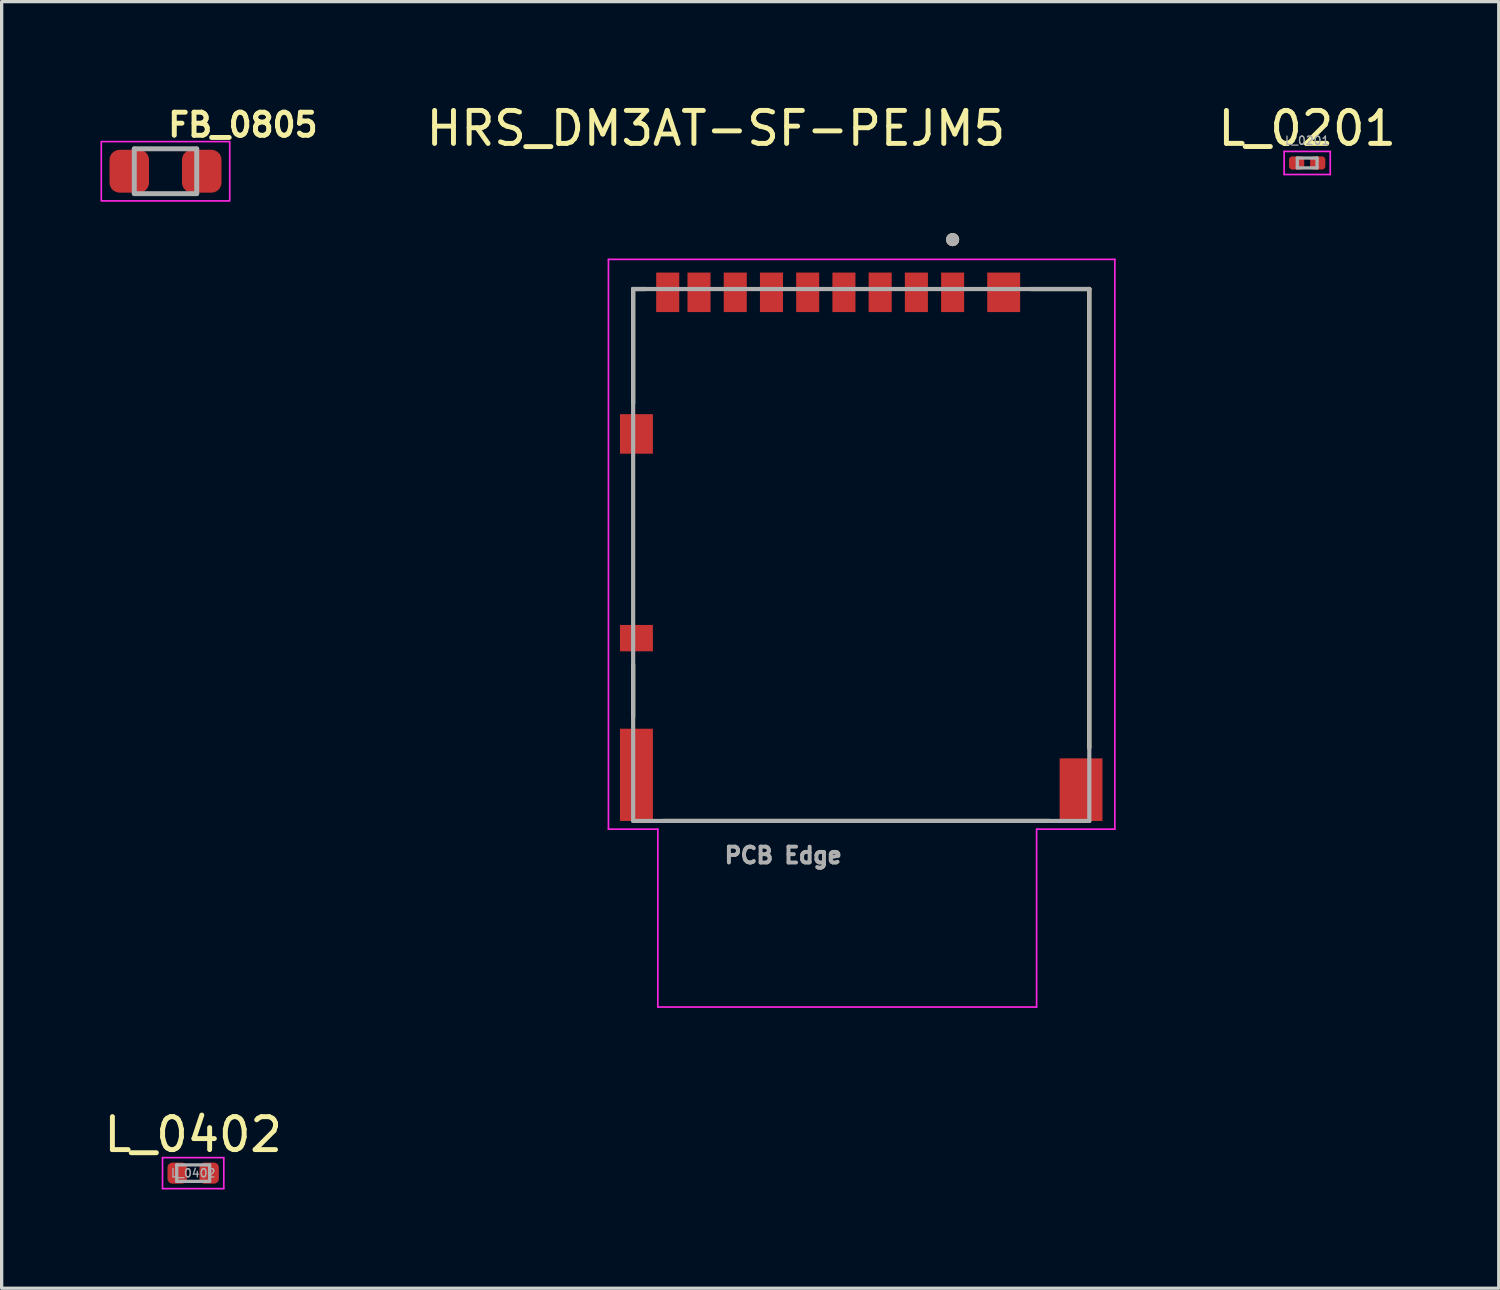
<source format=kicad_pcb>
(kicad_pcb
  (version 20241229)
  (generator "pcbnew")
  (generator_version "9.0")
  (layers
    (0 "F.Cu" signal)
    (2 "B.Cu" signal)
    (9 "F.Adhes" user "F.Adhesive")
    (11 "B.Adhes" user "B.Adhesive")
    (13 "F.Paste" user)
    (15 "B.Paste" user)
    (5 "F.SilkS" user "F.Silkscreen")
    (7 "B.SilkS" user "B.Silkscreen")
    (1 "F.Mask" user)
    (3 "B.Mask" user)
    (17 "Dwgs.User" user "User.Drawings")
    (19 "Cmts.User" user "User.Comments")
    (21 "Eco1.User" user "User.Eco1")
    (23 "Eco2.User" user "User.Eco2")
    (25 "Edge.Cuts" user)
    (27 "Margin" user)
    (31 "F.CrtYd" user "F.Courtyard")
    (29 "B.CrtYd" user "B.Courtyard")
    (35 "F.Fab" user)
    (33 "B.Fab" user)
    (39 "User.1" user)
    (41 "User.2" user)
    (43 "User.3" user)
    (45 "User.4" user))
  (footprint "L_0402"
    (layer "F.Cu")
    (at 2.815 32.568)
    (property "Reference" "L_0402" (at 0 -1.17 0) (layer "F.SilkS") (effects (font (size 1 1) (thickness 0.15))))
    (attr smd)
    (fp_line (start -0.93 -0.47) (end 0.93 -0.47) (stroke (width 0.05) (type solid)) (layer "F.CrtYd"))
    (fp_line (start -0.93 0.47) (end -0.93 -0.47) (stroke (width 0.05) (type solid)) (layer "F.CrtYd"))
    (fp_line (start 0.93 -0.47) (end 0.93 0.47) (stroke (width 0.05) (type solid)) (layer "F.CrtYd"))
    (fp_line (start 0.93 0.47) (end -0.93 0.47) (stroke (width 0.05) (type solid)) (layer "F.CrtYd"))
    (fp_line (start -0.5 -0.25) (end 0.5 -0.25) (stroke (width 0.1) (type solid)) (layer "F.Fab"))
    (fp_line (start -0.5 0.25) (end -0.5 -0.25) (stroke (width 0.1) (type solid)) (layer "F.Fab"))
    (fp_line (start 0.5 -0.25) (end 0.5 0.25) (stroke (width 0.1) (type solid)) (layer "F.Fab"))
    (fp_line (start 0.5 0.25) (end -0.5 0.25) (stroke (width 0.1) (type solid)) (layer "F.Fab"))
    (fp_text user "${REFERENCE}" (at 0 0 0) (layer "F.Fab") (effects (font (size 0.25 0.25) (thickness 0.04))))
    (pad "1" smd roundrect (at -0.485 0) (size 0.59 0.64) (layers "F.Cu" "F.Mask" "F.Paste") (roundrect_rratio 0.25))
    (pad "2" smd roundrect (at 0.485 0) (size 0.59 0.64) (layers "F.Cu" "F.Mask" "F.Paste") (roundrect_rratio 0.25)))
  (footprint "FB_0805"
    (layer "F.Cu")
    (at 1.975 2.149)
    (property "Reference" "FB_0805" (at 0.001 -0.999 0) (layer "F.SilkS") (effects (font (size 0.7 0.7) (thickness 0.15)) (justify left bottom)))
    (attr smd)
    (fp_rect (start 1.95 -0.9) (end -1.95 0.9) (stroke (width 0.05) (type default)) (fill no) (layer "F.CrtYd"))
    (fp_line (start -0.948 -0.681) (end 0.948 -0.681) (stroke (width 0.15) (type solid)) (layer "F.Fab"))
    (fp_line (start -0.948 -0.676) (end -0.948 0.676) (stroke (width 0.15) (type solid)) (layer "F.Fab"))
    (fp_line (start -0.948 0.681) (end 0.948 0.681) (stroke (width 0.15) (type solid)) (layer "F.Fab"))
    (fp_line (start 0.948 -0.676) (end 0.948 0.676) (stroke (width 0.15) (type solid)) (layer "F.Fab"))
    (fp_rect (start -0.999 -0.656) (end 0.999 0.656) (stroke (width 0.1) (type solid)) (fill no) (layer "User.5"))
    (fp_line (start -0.999 -0.656) (end -0.999 0.656) (stroke (width 0.02) (type solid)) (layer "User.9"))
    (fp_line (start -0.499 -0.656) (end -0.999 -0.656) (stroke (width 0.02) (type solid)) (layer "User.9"))
    (fp_line (start -0.499 -0.656) (end -0.499 0.656) (stroke (width 0.02) (type solid)) (layer "User.9"))
    (fp_line (start -0.499 -0.624) (end 0.499 -0.624) (stroke (width 0.02) (type solid)) (layer "User.9"))
    (fp_line (start -0.499 0.656) (end -0.999 0.656) (stroke (width 0.02) (type solid)) (layer "User.9"))
    (fp_line (start 0.499 -0.656) (end 0.499 0.656) (stroke (width 0.02) (type solid)) (layer "User.9"))
    (fp_line (start 0.499 0.624) (end -0.499 0.624) (stroke (width 0.02) (type solid)) (layer "User.9"))
    (fp_line (start 0.999 -0.656) (end 0.499 -0.656) (stroke (width 0.02) (type solid)) (layer "User.9"))
    (fp_line (start 0.999 -0.656) (end 0.999 0.656) (stroke (width 0.02) (type solid)) (layer "User.9"))
    (fp_line (start 0.999 0.656) (end 0.499 0.656) (stroke (width 0.02) (type solid)) (layer "User.9"))
    (pad "1" smd roundrect (at -1.1 0) (size 1.2 1.3) (layers "F.Cu" "F.Mask" "F.Paste") (roundrect_rratio 0.25))
    (pad "2" smd roundrect (at 1.1 0) (size 1.2 1.3) (layers "F.Cu" "F.Mask" "F.Paste") (roundrect_rratio 0.25)))
  (footprint "L_0201"
    (layer "F.Cu")
    (at 36.638 1.898)
    (property "Reference" "L_0201" (at 0 -1.05 0) (layer "F.SilkS") (effects (font (size 1 1) (thickness 0.15))))
    (attr smd)
    (fp_line (start -0.7 -0.35) (end 0.7 -0.35) (stroke (width 0.05) (type solid)) (layer "F.CrtYd"))
    (fp_line (start -0.7 0.35) (end -0.7 -0.35) (stroke (width 0.05) (type solid)) (layer "F.CrtYd"))
    (fp_line (start 0.7 -0.35) (end 0.7 0.35) (stroke (width 0.05) (type solid)) (layer "F.CrtYd"))
    (fp_line (start 0.7 0.35) (end -0.7 0.35) (stroke (width 0.05) (type solid)) (layer "F.CrtYd"))
    (fp_line (start -0.3 -0.15) (end 0.3 -0.15) (stroke (width 0.1) (type solid)) (layer "F.Fab"))
    (fp_line (start -0.3 0.15) (end -0.3 -0.15) (stroke (width 0.1) (type solid)) (layer "F.Fab"))
    (fp_line (start 0.3 -0.15) (end 0.3 0.15) (stroke (width 0.1) (type solid)) (layer "F.Fab"))
    (fp_line (start 0.3 0.15) (end -0.3 0.15) (stroke (width 0.1) (type solid)) (layer "F.Fab"))
    (fp_text user "${REFERENCE}" (at 0 -0.68 0) (layer "F.Fab") (effects (font (size 0.25 0.25) (thickness 0.04))))
    (pad "" smd roundrect (at -0.345 0) (size 0.318 0.36) (layers "F.Paste") (roundrect_rratio 0.25))
    (pad "" smd roundrect (at 0.345 0) (size 0.318 0.36) (layers "F.Paste") (roundrect_rratio 0.25))
    (pad "1" smd roundrect (at -0.32 0) (size 0.46 0.4) (layers "F.Cu" "F.Mask") (roundrect_rratio 0.25))
    (pad "2" smd roundrect (at 0.32 0) (size 0.46 0.4) (layers "F.Cu" "F.Mask") (roundrect_rratio 0.25)))
  (footprint "HRS_DM3AT-SF-PEJM5"
    (layer "F.Cu")
    (at 23.098 13.8)
    (property "Reference" "HRS_DM3AT-SF-PEJM5" (at -4.412 -12.951 0) (layer "F.SilkS") (effects (font (size 1.002 1.002) (thickness 0.15))))
    (attr smd)
    (fp_line (start -6.925 -8.075) (end -6.545 -8.075) (stroke (width 0.127) (type solid)) (layer "F.SilkS"))
    (fp_line (start -6.925 -4.595) (end -6.925 -8.075) (stroke (width 0.127) (type solid)) (layer "F.SilkS"))
    (fp_line (start -6.925 4.925) (end -6.925 3.325) (stroke (width 0.127) (type solid)) (layer "F.SilkS"))
    (fp_line (start -6.005 8.075) (end 5.705 8.075) (stroke (width 0.127) (type solid)) (layer "F.SilkS"))
    (fp_line (start 5.145 -8.075) (end 6.925 -8.075) (stroke (width 0.127) (type solid)) (layer "F.SilkS"))
    (fp_line (start 6.925 -8.075) (end 6.925 5.855) (stroke (width 0.127) (type solid)) (layer "F.SilkS"))
    (fp_circle (center 2.775 -9.575) (end 2.875 -9.575) (stroke (width 0.2) (type solid)) (fill no) (layer "F.SilkS"))
    (fp_line (start -7.675 -8.975) (end 7.7 -8.975) (stroke (width 0.05) (type solid)) (layer "F.CrtYd"))
    (fp_line (start -7.675 8.325) (end -7.675 -8.975) (stroke (width 0.05) (type solid)) (layer "F.CrtYd"))
    (fp_line (start -6.175 8.325) (end -7.675 8.325) (stroke (width 0.05) (type solid)) (layer "F.CrtYd"))
    (fp_line (start -6.175 13.725) (end -6.175 8.325) (stroke (width 0.05) (type solid)) (layer "F.CrtYd"))
    (fp_line (start 5.325 8.325) (end 5.325 13.725) (stroke (width 0.05) (type solid)) (layer "F.CrtYd"))
    (fp_line (start 5.325 13.725) (end -6.175 13.725) (stroke (width 0.05) (type solid)) (layer "F.CrtYd"))
    (fp_line (start 7.7 -8.975) (end 7.7 8.325) (stroke (width 0.05) (type solid)) (layer "F.CrtYd"))
    (fp_line (start 7.7 8.325) (end 5.325 8.325) (stroke (width 0.05) (type solid)) (layer "F.CrtYd"))
    (fp_line (start -6.925 -8.075) (end 6.925 -8.075) (stroke (width 0.127) (type solid)) (layer "F.Fab"))
    (fp_line (start -6.925 8.075) (end -6.925 -8.075) (stroke (width 0.127) (type solid)) (layer "F.Fab"))
    (fp_line (start 6.925 -8.075) (end 6.925 8.075) (stroke (width 0.127) (type solid)) (layer "F.Fab"))
    (fp_line (start 6.925 8.075) (end -6.925 8.075) (stroke (width 0.127) (type solid)) (layer "F.Fab"))
    (fp_circle (center 2.775 -9.575) (end 2.875 -9.575) (stroke (width 0.2) (type solid)) (fill no) (layer "F.Fab"))
    (fp_text user "PCB Edge" (at -2.368 9.12 0) (layer "F.Fab") (effects (font (size 0.481 0.481) (thickness 0.15))))
    (pad "1" smd rect (at 2.775 -7.975) (size 0.7 1.2) (layers "F.Cu" "F.Mask" "F.Paste"))
    (pad "2" smd rect (at 1.675 -7.975) (size 0.7 1.2) (layers "F.Cu" "F.Mask" "F.Paste"))
    (pad "3" smd rect (at 0.575 -7.975) (size 0.7 1.2) (layers "F.Cu" "F.Mask" "F.Paste"))
    (pad "4" smd rect (at -0.525 -7.975) (size 0.7 1.2) (layers "F.Cu" "F.Mask" "F.Paste"))
    (pad "5" smd rect (at -1.625 -7.975) (size 0.7 1.2) (layers "F.Cu" "F.Mask" "F.Paste"))
    (pad "6" smd rect (at -2.725 -7.975) (size 0.7 1.2) (layers "F.Cu" "F.Mask" "F.Paste"))
    (pad "7" smd rect (at -3.825 -7.975) (size 0.7 1.2) (layers "F.Cu" "F.Mask" "F.Paste"))
    (pad "8" smd rect (at -4.925 -7.975) (size 0.7 1.2) (layers "F.Cu" "F.Mask" "F.Paste"))
    (pad "P1" smd rect (at -6.825 -3.675) (size 1 1.2) (layers "F.Cu" "F.Mask" "F.Paste"))
    (pad "P2" smd rect (at -6.825 6.675) (size 1 2.8) (layers "F.Cu" "F.Mask" "F.Paste"))
    (pad "P3" smd rect (at 6.675 7.125) (size 1.3 1.9) (layers "F.Cu" "F.Mask" "F.Paste"))
    (pad "P4" smd rect (at 4.325 -7.975) (size 1 1.2) (layers "F.Cu" "F.Mask" "F.Paste"))
    (pad "SWA" smd rect (at -6.825 2.525) (size 1 0.8) (layers "F.Cu" "F.Mask" "F.Paste"))
    (pad "SWB" smd rect (at -5.875 -7.975) (size 0.7 1.2) (layers "F.Cu" "F.Mask" "F.Paste"))
    (zone (net_name "") (layer "F.Cu") (hatch full 0.508) (connect_pads) (min_thickness 0.01) (filled_areas_thickness no) (keepout (tracks not_allowed) (vias not_allowed) (pads not_allowed) (copperpour not_allowed) (footprints allowed)) (placement (enabled no)) (fill) (polygon (pts (xy 15.873 6.275) (xy 16.623 6.275) (xy 16.623 9.525) (xy 15.873 9.525))))
    (zone (net_name "") (layer "F.Cu") (hatch full 0.508) (connect_pads) (min_thickness 0.01) (filled_areas_thickness no) (keepout (tracks not_allowed) (vias not_allowed) (pads not_allowed) (copperpour not_allowed) (footprints allowed)) (placement (enabled no)) (fill) (polygon (pts (xy 15.873 10.725) (xy 16.623 10.725) (xy 16.623 14.325) (xy 15.873 14.325))))
    (zone (net_name "") (layer "F.Cu") (hatch full 0.508) (connect_pads) (min_thickness 0.01) (filled_areas_thickness no) (keepout (tracks not_allowed) (vias not_allowed) (pads not_allowed) (copperpour not_allowed) (footprints allowed)) (placement (enabled no)) (fill) (polygon (pts (xy 16.973 12.125) (xy 17.673 12.125) (xy 17.673 19.725) (xy 16.973 19.725))))
    (zone (net_name "") (layer "F.Cu") (hatch full 0.508) (connect_pads) (min_thickness 0.01) (filled_areas_thickness no) (keepout (tracks not_allowed) (vias not_allowed) (pads not_allowed) (copperpour not_allowed) (footprints allowed)) (placement (enabled no)) (fill) (polygon (pts (xy 17.673 10.825) (xy 26.373 10.825) (xy 26.373 12.425) (xy 17.673 12.425))))
    (zone (net_name "") (layer "F.Cu") (hatch full 0.508) (connect_pads) (min_thickness 0.01) (filled_areas_thickness no) (keepout (tracks not_allowed) (vias not_allowed) (pads not_allowed) (copperpour not_allowed) (footprints allowed)) (placement (enabled no)) (fill) (polygon (pts (xy 26.023 20.525) (xy 28.573 20.525) (xy 28.573 21.875) (xy 26.023 21.875)))))
  (gr_rect
    (start -3 -3)
    (end 42.454 36.063)
    (stroke (width 0.1) (type default))
    (fill no)
    (layer "Edge.Cuts")))
</source>
